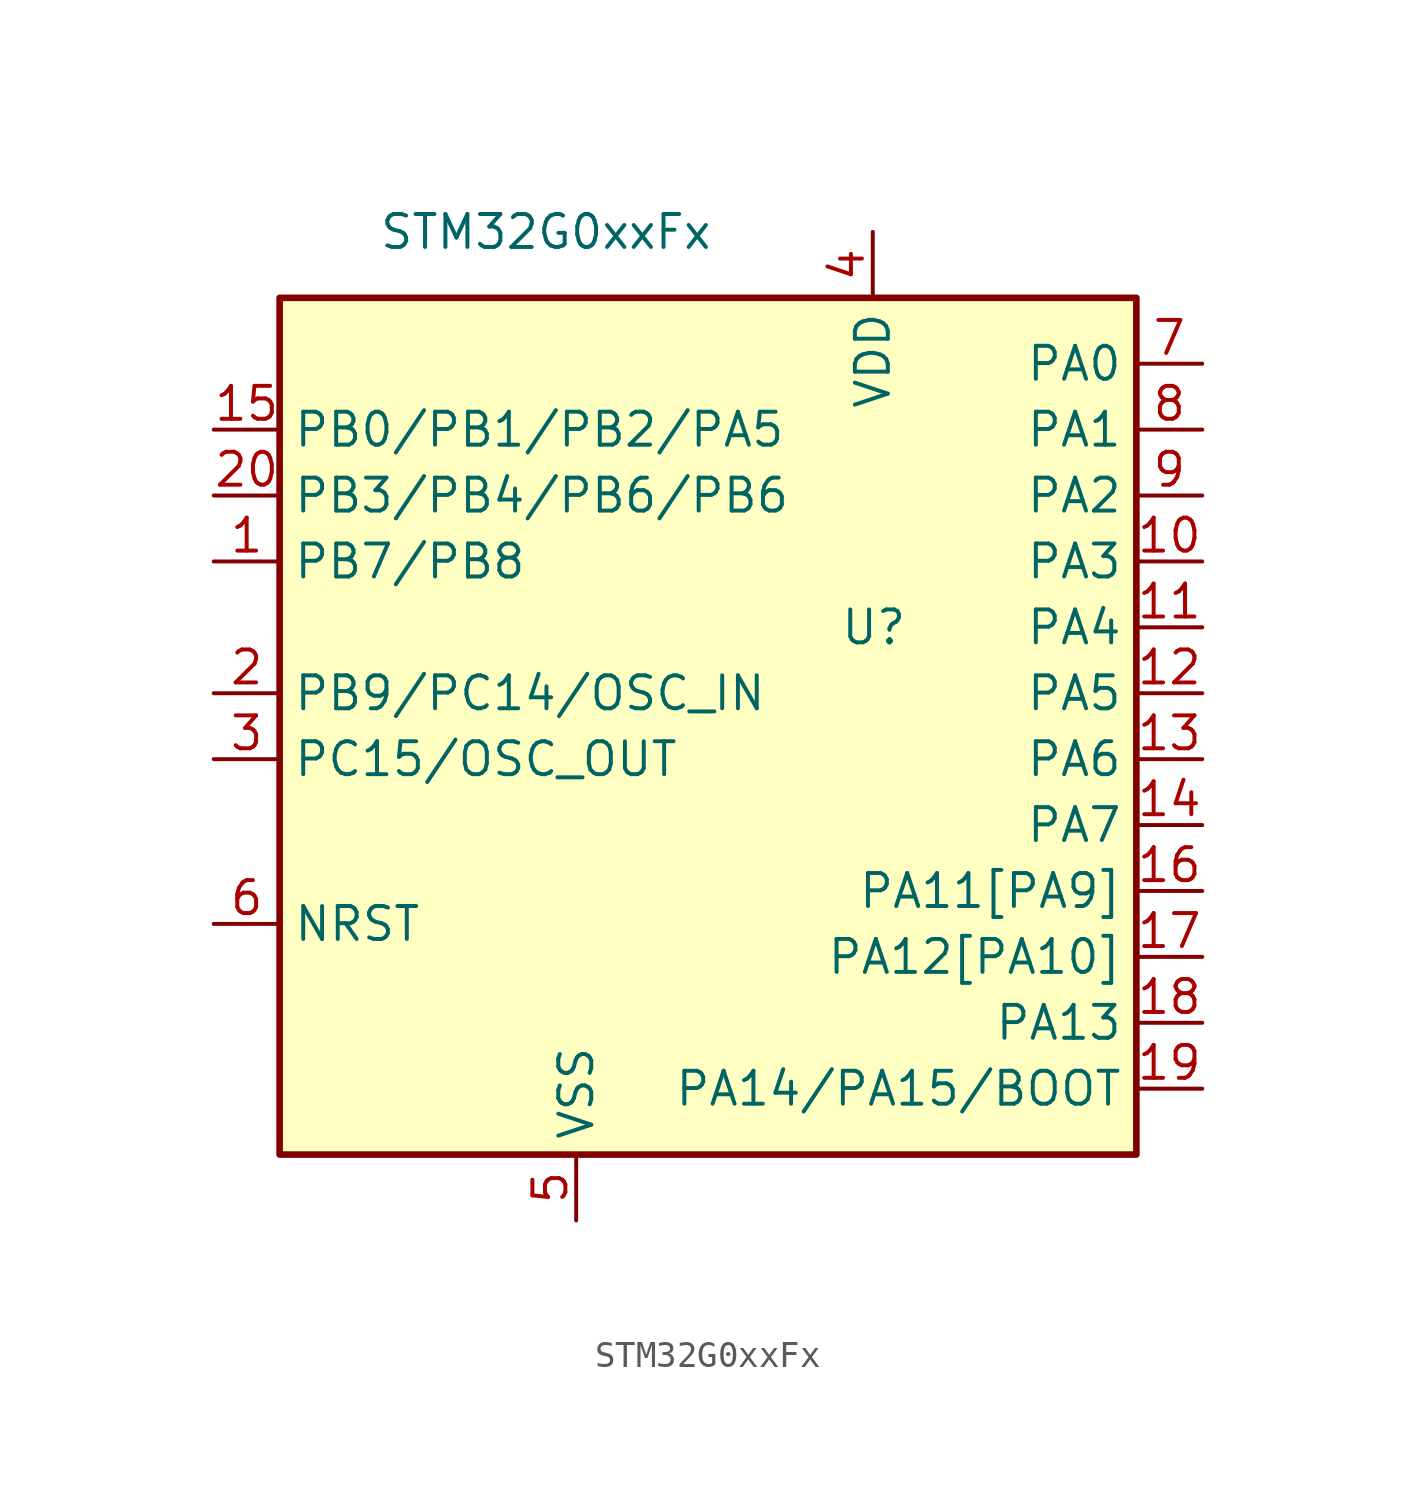
<source format=kicad_sym>
(kicad_symbol_lib
  (version 20201005)
  (generator kicad_symbol_editor)
  (symbol "Placebo:STM32G0xxFx"
    (property "Reference" "U"
      (at -1.27 2.54 0)
      (effects (font (size 1.27 1.27)) (justify left)))
    (property "Value" "STM32G0xxFx"
      (at -19.05 17.78 0)
      (effects (font (size 1.27 1.27)) (justify left)))
    (symbol "STM32G0xxFx_0_1"
      (rectangle (start -22.86 15.24) (end 10.16 -17.78) (stroke (width 0.254)) (fill (type background))))
    (symbol "STM32G0xxFx_1_1"
      (pin bidirectional line (at -25.4 5.08 0) (length 2.54) (name "PB7/PB8" (effects (font (size 1.27 1.27)))) (number "1" (effects (font (size 1.27 1.27)))))
      (pin bidirectional line (at 12.7 5.08 180) (length 2.54) (name "PA3" (effects (font (size 1.27 1.27)))) (number "10" (effects (font (size 1.27 1.27)))))
      (pin bidirectional line (at 12.7 2.54 180) (length 2.54) (name "PA4" (effects (font (size 1.27 1.27)))) (number "11" (effects (font (size 1.27 1.27)))))
      (pin bidirectional line (at 12.7 0 180) (length 2.54) (name "PA5" (effects (font (size 1.27 1.27)))) (number "12" (effects (font (size 1.27 1.27)))))
      (pin bidirectional line (at 12.7 -2.54 180) (length 2.54) (name "PA6" (effects (font (size 1.27 1.27)))) (number "13" (effects (font (size 1.27 1.27)))))
      (pin bidirectional line (at 12.7 -5.08 180) (length 2.54) (name "PA7" (effects (font (size 1.27 1.27)))) (number "14" (effects (font (size 1.27 1.27)))))
      (pin bidirectional line (at -25.4 10.16 0) (length 2.54) (name "PB0/PB1/PB2/PA5" (effects (font (size 1.27 1.27)))) (number "15" (effects (font (size 1.27 1.27)))))
      (pin bidirectional line (at 12.7 -7.62 180) (length 2.54) (name "PA11[PA9]" (effects (font (size 1.27 1.27)))) (number "16" (effects (font (size 1.27 1.27)))))
      (pin bidirectional line (at 12.7 -10.16 180) (length 2.54) (name "PA12[PA10]" (effects (font (size 1.27 1.27)))) (number "17" (effects (font (size 1.27 1.27)))))
      (pin bidirectional line (at 12.7 -12.7 180) (length 2.54) (name "PA13" (effects (font (size 1.27 1.27)))) (number "18" (effects (font (size 1.27 1.27)))))
      (pin bidirectional line (at 12.7 -15.24 180) (length 2.54) (name "PA14/PA15/BOOT" (effects (font (size 1.27 1.27)))) (number "19" (effects (font (size 1.27 1.27)))))
      (pin bidirectional line (at -25.4 0 0) (length 2.54) (name "PB9/PC14/OSC_IN" (effects (font (size 1.27 1.27)))) (number "2" (effects (font (size 1.27 1.27)))))
      (pin bidirectional line (at -25.4 7.62 0) (length 2.54) (name "PB3/PB4/PB6/PB6" (effects (font (size 1.27 1.27)))) (number "20" (effects (font (size 1.27 1.27)))))
      (pin bidirectional line (at -25.4 -2.54 0) (length 2.54) (name "PC15/OSC_OUT" (effects (font (size 1.27 1.27)))) (number "3" (effects (font (size 1.27 1.27)))))
      (pin power_in line (at 0 17.78 270) (length 2.54) (name "VDD" (effects (font (size 1.27 1.27)))) (number "4" (effects (font (size 1.27 1.27)))))
      (pin power_in line (at -11.43 -20.32 90) (length 2.54) (name "VSS" (effects (font (size 1.27 1.27)))) (number "5" (effects (font (size 1.27 1.27)))))
      (pin bidirectional line (at -25.4 -8.89 0) (length 2.54) (name "NRST" (effects (font (size 1.27 1.27)))) (number "6" (effects (font (size 1.27 1.27)))))
      (pin bidirectional line (at 12.7 12.7 180) (length 2.54) (name "PA0" (effects (font (size 1.27 1.27)))) (number "7" (effects (font (size 1.27 1.27)))))
      (pin bidirectional line (at 12.7 10.16 180) (length 2.54) (name "PA1" (effects (font (size 1.27 1.27)))) (number "8" (effects (font (size 1.27 1.27)))))
      (pin bidirectional line (at 12.7 7.62 180) (length 2.54) (name "PA2" (effects (font (size 1.27 1.27)))) (number "9" (effects (font (size 1.27 1.27))))))))
</source>
